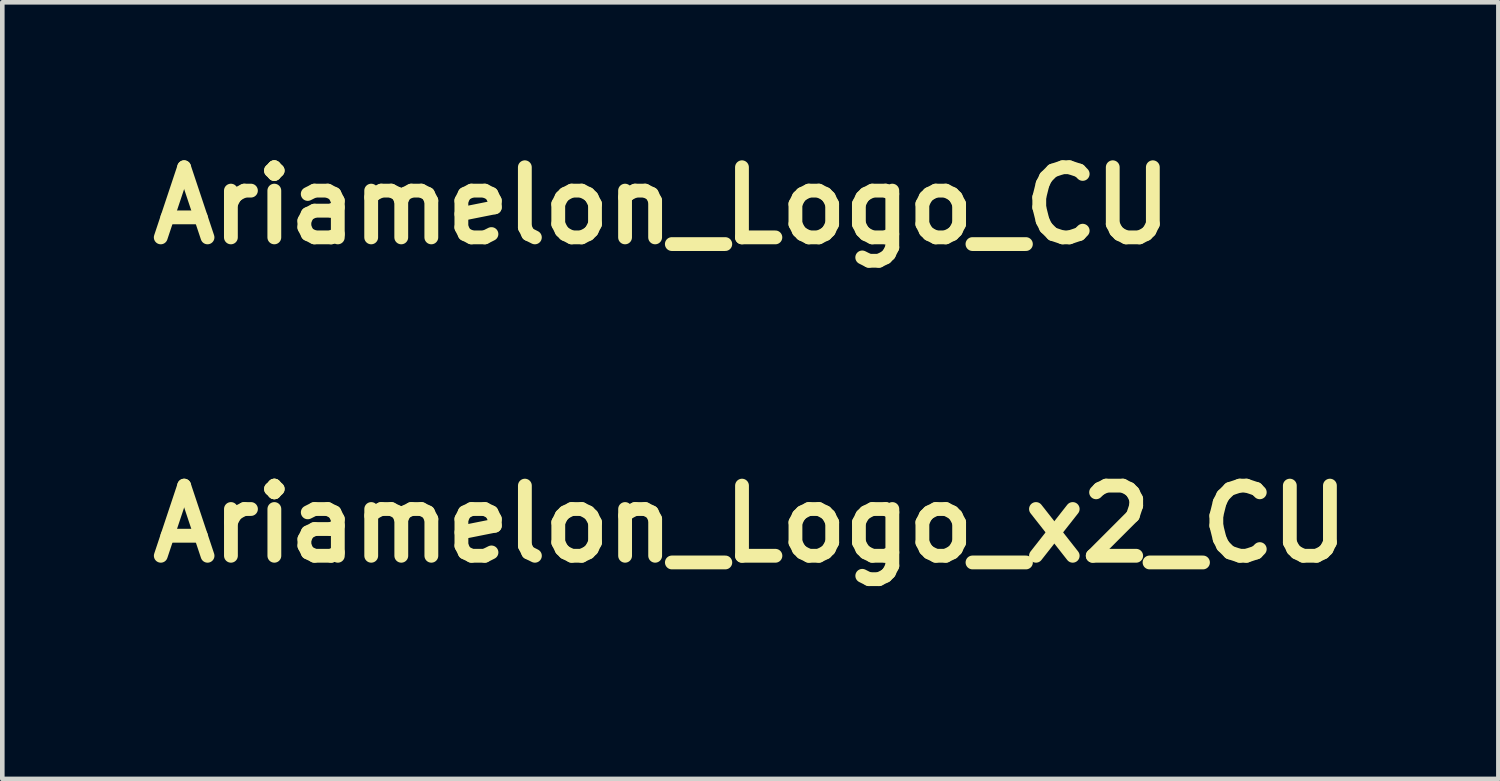
<source format=kicad_pcb>
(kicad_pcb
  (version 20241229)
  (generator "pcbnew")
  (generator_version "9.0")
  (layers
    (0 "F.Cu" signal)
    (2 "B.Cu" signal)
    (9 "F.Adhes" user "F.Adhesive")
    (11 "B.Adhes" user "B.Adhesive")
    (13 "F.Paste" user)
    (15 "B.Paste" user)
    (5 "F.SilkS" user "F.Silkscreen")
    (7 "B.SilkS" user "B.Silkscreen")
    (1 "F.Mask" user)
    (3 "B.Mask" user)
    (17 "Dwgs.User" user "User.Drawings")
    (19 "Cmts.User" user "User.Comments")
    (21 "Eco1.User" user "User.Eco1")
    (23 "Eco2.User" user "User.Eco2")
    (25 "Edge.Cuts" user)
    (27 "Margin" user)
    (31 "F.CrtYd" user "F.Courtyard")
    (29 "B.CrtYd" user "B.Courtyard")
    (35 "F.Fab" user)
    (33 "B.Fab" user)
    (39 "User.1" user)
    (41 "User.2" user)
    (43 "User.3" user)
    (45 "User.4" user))
  (footprint "Ariamelon_Logo_CU"
    (layer "F.Cu")
    (at 11.328 1.418)
    (property "Reference" "Ariamelon_Logo_CU" (at 0 0 0) (layer "F.SilkS") (effects (font (size 1.524 1.524) (thickness 0.3))))
    (attr board_only exclude_from_pos_files exclude_from_bom)
    (fp_poly (pts (xy -3.246 0.028) (xy -3.257 0.079) (xy -3.302 0.085) (xy -3.372 0.054) (xy -3.358 0.028) (xy -3.258 0.018)) (stroke (width 0) (type solid)) (fill yes) (layer "F.Mask"))
    (fp_poly (pts (xy -3.161 -0.395) (xy -3.151 -0.295) (xy -3.161 -0.282) (xy -3.211 -0.294) (xy -3.217 -0.339) (xy -3.186 -0.408)) (stroke (width 0) (type solid)) (fill yes) (layer "F.Mask"))
    (fp_poly (pts (xy -4.233 0.381) (xy -4.153 0.457) (xy -4.149 0.471) (xy -4.214 0.507) (xy -4.233 0.508) (xy -4.315 0.443) (xy -4.318 0.418) (xy -4.266 0.368)) (stroke (width 0) (type solid)) (fill yes) (layer "F.Mask"))
    (fp_poly (pts (xy -3.647 0.046) (xy -3.641 0.075) (xy -3.702 0.194) (xy -3.725 0.212) (xy -3.803 0.208) (xy -3.81 0.179) (xy -3.748 0.06) (xy -3.725 0.042)) (stroke (width 0) (type solid)) (fill yes) (layer "F.Mask"))
    (fp_poly (pts (xy -2.823 -0.625) (xy -2.836 -0.593) (xy -2.912 -0.512) (xy -2.926 -0.508) (xy -2.962 -0.574) (xy -2.963 -0.593) (xy -2.898 -0.674) (xy -2.874 -0.677)) (stroke (width 0) (type solid)) (fill yes) (layer "F.Mask"))
    (fp_poly (pts (xy -1.188 -0.528) (xy -1.185 -0.508) (xy -1.25 -0.426) (xy -1.27 -0.423) (xy -1.352 -0.488) (xy -1.355 -0.508) (xy -1.29 -0.59) (xy -1.27 -0.593)) (stroke (width 0) (type solid)) (fill yes) (layer "F.Mask"))
    (fp_poly (pts (xy -2.371 -1.25) (xy -2.26 -1.147) (xy -2.215 -0.897) (xy -2.235 -0.51) (xy -2.291 -0.148) (xy -2.346 0.206) (xy -2.35 0.448) (xy -2.305 0.626) (xy -2.299 0.64) (xy -2.199 0.794) (xy -2.116 0.788) (xy -2.059 0.632) (xy -2.033 0.334) (xy -2.032 0.249) (xy -2.019 -0.02) (xy -1.985 -0.201) (xy -1.947 -0.254) (xy -1.865 -0.192) (xy -1.863 -0.172) (xy -1.801 -0.116) (xy -1.757 -0.123) (xy -1.46 -0.207) (xy -1.289 -0.221) (xy -1.206 -0.152) (xy -1.179 0.013) (xy -1.176 0.104) (xy -1.162 0.283) (xy -1.138 0.332) (xy -1.124 0.296) (xy -0.998 0.022) (xy -0.809 -0.124) (xy -0.596 -0.151) (xy -0.395 -0.066) (xy -0.244 0.122) (xy -0.18 0.403) (xy -0.184 0.515) (xy -0.174 0.727) (xy -0.106 0.824) (xy -0.041 0.793) (xy -0.007 0.628) (xy 0 0.393) (xy 0.022 0.062) (xy 0.089 -0.111) (xy 0.208 -0.13) (xy 0.344 -0.038) (xy 0.476 0.062) (xy 0.577 0.042) (xy 0.672 -0.038) (xy 0.836 -0.138) (xy 0.946 -0.088) (xy 1.008 0.117) (xy 1.025 0.365) (xy 1.035 0.804) (xy 1.107 0.435) (xy 1.142 0.31) (xy 1.355 0.31) (xy 1.388 0.385) (xy 1.513 0.344) (xy 1.519 0.341) (xy 1.674 0.236) (xy 1.732 0.175) (xy 1.721 0.067) (xy 1.691 0.041) (xy 1.559 0.042) (xy 1.425 0.144) (xy 1.355 0.293) (xy 1.355 0.31) (xy 1.142 0.31) (xy 1.202 0.097) (xy 1.333 -0.096) (xy 1.518 -0.168) (xy 1.56 -0.169) (xy 1.803 -0.115) (xy 1.923 0.024) (xy 1.916 0.211) (xy 1.777 0.411) (xy 1.642 0.514) (xy 1.459 0.638) (xy 1.409 0.716) (xy 1.472 0.778) (xy 1.474 0.78) (xy 1.699 0.82) (xy 1.917 0.714) (xy 2.066 0.523) (xy 2.136 0.281) (xy 2.151 -0.082) (xy 2.14 -0.299) (xy 2.128 -0.55) (xy 2.307 -0.55) (xy 2.314 -0.376) (xy 2.333 -0.331) (xy 2.344 -0.359) (xy 2.36 -0.562) (xy 2.346 -0.698) (xy 2.324 -0.744) (xy 2.31 -0.643) (xy 2.307 -0.55) (xy 2.128 -0.55) (xy 2.124 -0.634) (xy 2.14 -0.843) (xy 2.192 -0.966) (xy 2.23 -1.005) (xy 2.377 -1.072) (xy 2.452 -1.061) (xy 2.508 -0.941) (xy 2.533 -0.702) (xy 2.528 -0.39) (xy 2.491 -0.053) (xy 2.452 0.152) (xy 2.409 0.486) (xy 2.456 0.7) (xy 2.588 0.783) (xy 2.753 0.746) (xy 2.927 0.641) (xy 2.942 0.537) (xy 2.836 0.423) (xy 2.72 0.258) (xy 2.743 0.17) (xy 2.956 0.17) (xy 2.993 0.324) (xy 3.1 0.488) (xy 3.25 0.66) (xy 3.365 0.755) (xy 3.387 0.762) (xy 3.48 0.701) (xy 3.624 0.549) (xy 3.674 0.488) (xy 3.8 0.279) (xy 3.809 0.145) (xy 3.708 0.111) (xy 3.565 0.164) (xy 3.357 0.216) (xy 3.208 0.164) (xy 3.03 0.109) (xy 2.956 0.17) (xy 2.743 0.17) (xy 2.767 0.081) (xy 2.879 -0.042) (xy 3.012 -0.145) (xy 3.112 -0.13) (xy 3.217 -0.042) (xy 3.35 0.06) (xy 3.45 0.045) (xy 3.559 -0.045) (xy 3.688 -0.146) (xy 3.784 -0.136) (xy 3.914 -0.019) (xy 4.034 0.13) (xy 4.036 0.262) (xy 3.985 0.37) (xy 3.923 0.576) (xy 3.967 0.721) (xy 4.069 0.762) (xy 4.113 0.686) (xy 4.142 0.489) (xy 4.149 0.306) (xy 4.149 -0.15) (xy 4.538 -0.137) (xy 4.859 -0.089) (xy 5.037 0.027) (xy 5.112 0.191) (xy 5.177 0.432) (xy 5.221 0.689) (xy 5.233 0.9) (xy 5.209 1) (xy 5.13 0.996) (xy 5.054 0.873) (xy 5.004 0.679) (xy 4.997 0.578) (xy 4.937 0.338) (xy 4.791 0.155) (xy 4.611 0.085) (xy 4.472 0.16) (xy 4.364 0.351) (xy 4.318 0.604) (xy 4.318 0.619) (xy 4.268 0.824) (xy 4.189 0.933) (xy 4.068 0.991) (xy 3.936 0.925) (xy 3.893 0.888) (xy 3.76 0.786) (xy 3.66 0.803) (xy 3.558 0.888) (xy 3.413 0.986) (xy 3.297 0.96) (xy 3.259 0.93) (xy 3.14 0.869) (xy 2.975 0.879) (xy 2.781 0.936) (xy 2.556 1) (xy 2.429 0.998) (xy 2.345 0.926) (xy 2.337 0.915) (xy 2.245 0.829) (xy 2.123 0.845) (xy 2.016 0.897) (xy 1.786 0.965) (xy 1.472 0.995) (xy 1.342 0.993) (xy 1.072 0.971) (xy 0.93 0.924) (xy 0.872 0.836) (xy 0.866 0.804) (xy 0.808 0.489) (xy 0.751 0.325) (xy 0.686 0.292) (xy 0.675 0.298) (xy 0.622 0.408) (xy 0.594 0.618) (xy 0.593 0.682) (xy 0.574 0.893) (xy 0.526 1.008) (xy 0.508 1.016) (xy 0.455 0.941) (xy 0.425 0.754) (xy 0.423 0.682) (xy 0.404 0.457) (xy 0.357 0.314) (xy 0.341 0.298) (xy 0.275 0.312) (xy 0.216 0.455) (xy 0.159 0.747) (xy 0.15 0.804) (xy 0.105 0.91) (xy -0.02 0.966) (xy -0.267 0.992) (xy -0.291 0.993) (xy -0.559 0.985) (xy -0.767 0.944) (xy -0.826 0.914) (xy -0.944 0.863) (xy -1.019 0.936) (xy -1.116 1.009) (xy -1.21 0.931) (xy -1.287 0.723) (xy -1.335 0.428) (xy -1.344 0.362) (xy -0.911 0.362) (xy -0.858 0.564) (xy -0.744 0.718) (xy -0.635 0.762) (xy -0.508 0.692) (xy -0.405 0.544) (xy -0.359 0.307) (xy -0.435 0.125) (xy -0.61 0.043) (xy -0.635 0.042) (xy -0.804 0.108) (xy -0.875 0.184) (xy -0.911 0.362) (xy -1.344 0.362) (xy -1.372 0.168) (xy -1.429 0.038) (xy -1.525 0.000249) (xy -1.537 0) (xy -1.689 0.078) (xy -1.803 0.286) (xy -1.859 0.587) (xy -1.863 0.686) (xy -1.911 0.91) (xy -2.032 1.011) (xy -2.19 0.995) (xy -2.348 0.868) (xy -2.47 0.637) (xy -2.489 0.575) (xy -2.564 0.278) (xy -2.898 0.612) (xy -3.372 0.988) (xy -3.888 1.204) (xy -4.414 1.268) (xy -4.766 1.245) (xy -5.005 1.166) (xy -5.092 1.107) (xy -5.201 0.981) (xy -5.054 0.981) (xy -4.911 1.071) (xy -4.889 1.082) (xy -4.512 1.173) (xy -4.047 1.126) (xy -3.785 1.051) (xy -3.44 0.878) (xy -3.082 0.608) (xy -2.756 0.284) (xy -2.502 -0.054) (xy -2.369 -0.343) (xy -2.307 -0.686) (xy -2.314 -0.962) (xy -2.387 -1.134) (xy -2.438 -1.166) (xy -2.51 -1.145) (xy -2.495 -0.994) (xy -2.495 -0.993) (xy -2.487 -0.686) (xy -2.578 -0.326) (xy -2.748 0.023) (xy -2.876 0.196) (xy -3.095 0.399) (xy -3.386 0.609) (xy -3.558 0.712) (xy -3.834 0.848) (xy -4.07 0.913) (xy -4.349 0.925) (xy -4.537 0.916) (xy -4.871 0.904) (xy -5.042 0.926) (xy -5.054 0.981) (xy -5.201 0.981) (xy -5.224 0.955) (xy -5.207 0.859) (xy -5.135 0.795) (xy -4.849 0.795) (xy -4.696 0.849) (xy -4.439 0.848) (xy -4.129 0.8) (xy -3.82 0.712) (xy -3.651 0.64) (xy -3.216 0.353) (xy -2.872 -0.01) (xy -2.654 -0.408) (xy -2.63 -0.485) (xy -2.555 -0.805) (xy -2.55 -0.978) (xy -2.591 -1.016) (xy -2.674 -0.967) (xy -2.86 -0.833) (xy -3.12 -0.636) (xy -3.374 -0.439) (xy -3.723 -0.164) (xy -4.071 0.108) (xy -4.368 0.337) (xy -4.503 0.442) (xy -4.706 0.61) (xy -4.83 0.74) (xy -4.849 0.795) (xy -5.135 0.795) (xy -5.042 0.712) (xy -4.785 0.501) (xy -4.46 0.246) (xy -4.092 -0.036) (xy -3.706 -0.326) (xy -3.327 -0.605) (xy -2.98 -0.856) (xy -2.688 -1.059) (xy -2.478 -1.196) (xy -2.374 -1.25)) (stroke (width 0) (type solid)) (fill yes) (layer "F.Mask")))
  (footprint "Ariamelon_Logo_x2_CU"
    (layer "F.Cu")
    (at 13.252 8.335)
    (property "Reference" "Ariamelon_Logo_x2_CU" (at 0 0 0) (layer "F.SilkS") (effects (font (size 1.524 1.524) (thickness 0.3))))
    (attr board_only exclude_from_pos_files exclude_from_bom)
    (fp_poly (pts (xy -6.491 0.056) (xy -6.514 0.157) (xy -6.604 0.169) (xy -6.743 0.107) (xy -6.717 0.056) (xy -6.516 0.036)) (stroke (width 0) (type solid)) (fill yes) (layer "F.Mask"))
    (fp_poly (pts (xy -6.322 -0.79) (xy -6.302 -0.589) (xy -6.322 -0.564) (xy -6.422 -0.588) (xy -6.435 -0.677) (xy -6.373 -0.817)) (stroke (width 0) (type solid)) (fill yes) (layer "F.Mask"))
    (fp_poly (pts (xy -8.467 0.762) (xy -8.305 0.914) (xy -8.297 0.941) (xy -8.428 1.014) (xy -8.467 1.016) (xy -8.629 0.886) (xy -8.636 0.837) (xy -8.532 0.736)) (stroke (width 0) (type solid)) (fill yes) (layer "F.Mask"))
    (fp_poly (pts (xy -7.294 0.092) (xy -7.281 0.149) (xy -7.405 0.389) (xy -7.451 0.423) (xy -7.607 0.416) (xy -7.62 0.359) (xy -7.496 0.119) (xy -7.451 0.085)) (stroke (width 0) (type solid)) (fill yes) (layer "F.Mask"))
    (fp_poly (pts (xy -5.646 -1.251) (xy -5.673 -1.185) (xy -5.825 -1.024) (xy -5.852 -1.016) (xy -5.925 -1.147) (xy -5.927 -1.185) (xy -5.796 -1.348) (xy -5.747 -1.355)) (stroke (width 0) (type solid)) (fill yes) (layer "F.Mask"))
    (fp_poly (pts (xy -2.376 -1.056) (xy -2.371 -1.016) (xy -2.5 -0.852) (xy -2.54 -0.847) (xy -2.704 -0.976) (xy -2.709 -1.016) (xy -2.58 -1.18) (xy -2.54 -1.185)) (stroke (width 0) (type solid)) (fill yes) (layer "F.Mask"))
    (fp_poly (pts (xy -4.741 -2.499) (xy -4.521 -2.293) (xy -4.43 -1.794) (xy -4.47 -1.02) (xy -4.582 -0.296) (xy -4.691 0.413) (xy -4.7 0.896) (xy -4.61 1.253) (xy -4.598 1.28) (xy -4.397 1.587) (xy -4.233 1.576) (xy -4.118 1.263) (xy -4.066 0.668) (xy -4.064 0.498) (xy -4.038 -0.039) (xy -3.97 -0.403) (xy -3.895 -0.508) (xy -3.73 -0.383) (xy -3.725 -0.344) (xy -3.602 -0.233) (xy -3.514 -0.245) (xy -2.921 -0.413) (xy -2.577 -0.442) (xy -2.413 -0.305) (xy -2.358 0.026) (xy -2.351 0.208) (xy -2.324 0.567) (xy -2.277 0.663) (xy -2.249 0.593) (xy -1.996 0.044) (xy -1.618 -0.249) (xy -1.191 -0.301) (xy -0.79 -0.131) (xy -0.488 0.243) (xy -0.36 0.805) (xy -0.369 1.031) (xy -0.348 1.455) (xy -0.212 1.648) (xy -0.082 1.585) (xy -0.015 1.256) (xy 0 0.786) (xy 0.043 0.124) (xy 0.179 -0.221) (xy 0.416 -0.261) (xy 0.688 -0.075) (xy 0.951 0.124) (xy 1.155 0.083) (xy 1.344 -0.075) (xy 1.672 -0.276) (xy 1.893 -0.176) (xy 2.017 0.235) (xy 2.051 0.73) (xy 2.069 1.609) (xy 2.214 0.871) (xy 2.285 0.619) (xy 2.709 0.619) (xy 2.776 0.77) (xy 3.026 0.689) (xy 3.039 0.682) (xy 3.347 0.473) (xy 3.465 0.349) (xy 3.441 0.134) (xy 3.382 0.082) (xy 3.118 0.084) (xy 2.849 0.288) (xy 2.711 0.587) (xy 2.709 0.619) (xy 2.285 0.619) (xy 2.404 0.194) (xy 2.666 -0.193) (xy 3.036 -0.335) (xy 3.12 -0.339) (xy 3.606 -0.23) (xy 3.846 0.048) (xy 3.832 0.423) (xy 3.555 0.822) (xy 3.283 1.027) (xy 2.918 1.276) (xy 2.818 1.433) (xy 2.943 1.557) (xy 2.948 1.56) (xy 3.397 1.639) (xy 3.835 1.429) (xy 4.132 1.046) (xy 4.272 0.561) (xy 4.302 -0.163) (xy 4.279 -0.598) (xy 4.256 -1.101) (xy 4.615 -1.101) (xy 4.628 -0.752) (xy 4.667 -0.662) (xy 4.688 -0.718) (xy 4.72 -1.124) (xy 4.692 -1.395) (xy 4.647 -1.489) (xy 4.619 -1.285) (xy 4.615 -1.101) (xy 4.256 -1.101) (xy 4.248 -1.269) (xy 4.279 -1.686) (xy 4.384 -1.932) (xy 4.46 -2.009) (xy 4.753 -2.144) (xy 4.903 -2.121) (xy 5.016 -1.882) (xy 5.067 -1.403) (xy 5.055 -0.78) (xy 4.982 -0.107) (xy 4.904 0.303) (xy 4.818 0.972) (xy 4.913 1.4) (xy 5.176 1.566) (xy 5.507 1.492) (xy 5.853 1.282) (xy 5.884 1.073) (xy 5.673 0.847) (xy 5.44 0.517) (xy 5.487 0.34) (xy 5.913 0.34) (xy 5.987 0.648) (xy 6.199 0.976) (xy 6.501 1.319) (xy 6.73 1.51) (xy 6.773 1.524) (xy 6.959 1.402) (xy 7.248 1.098) (xy 7.347 0.976) (xy 7.6 0.557) (xy 7.618 0.291) (xy 7.417 0.222) (xy 7.13 0.329) (xy 6.714 0.432) (xy 6.416 0.329) (xy 6.061 0.218) (xy 5.913 0.34) (xy 5.487 0.34) (xy 5.534 0.162) (xy 5.757 -0.085) (xy 6.024 -0.29) (xy 6.224 -0.259) (xy 6.435 -0.085) (xy 6.699 0.12) (xy 6.9 0.091) (xy 7.118 -0.09) (xy 7.376 -0.292) (xy 7.568 -0.271) (xy 7.827 -0.038) (xy 8.068 0.26) (xy 8.071 0.524) (xy 7.97 0.74) (xy 7.847 1.152) (xy 7.934 1.442) (xy 8.138 1.524) (xy 8.226 1.371) (xy 8.284 0.977) (xy 8.297 0.612) (xy 8.297 -0.299) (xy 9.076 -0.273) (xy 9.719 -0.179) (xy 10.073 0.053) (xy 10.224 0.381) (xy 10.354 0.863) (xy 10.442 1.377) (xy 10.467 1.8) (xy 10.417 2) (xy 10.26 1.992) (xy 10.107 1.746) (xy 10.008 1.359) (xy 9.993 1.155) (xy 9.874 0.677) (xy 9.582 0.309) (xy 9.223 0.169) (xy 8.943 0.321) (xy 8.728 0.703) (xy 8.636 1.208) (xy 8.636 1.238) (xy 8.536 1.648) (xy 8.379 1.865) (xy 8.136 1.981) (xy 7.872 1.85) (xy 7.786 1.775) (xy 7.521 1.571) (xy 7.319 1.605) (xy 7.115 1.775) (xy 6.827 1.973) (xy 6.594 1.919) (xy 6.517 1.861) (xy 6.279 1.738) (xy 5.951 1.759) (xy 5.563 1.871) (xy 5.111 2) (xy 4.858 1.996) (xy 4.69 1.852) (xy 4.674 1.83) (xy 4.49 1.659) (xy 4.246 1.69) (xy 4.031 1.794) (xy 3.573 1.93) (xy 2.945 1.989) (xy 2.684 1.986) (xy 2.145 1.942) (xy 1.859 1.848) (xy 1.744 1.671) (xy 1.731 1.608) (xy 1.616 0.978) (xy 1.501 0.649) (xy 1.372 0.584) (xy 1.35 0.596) (xy 1.245 0.816) (xy 1.188 1.235) (xy 1.185 1.365) (xy 1.147 1.785) (xy 1.052 2.016) (xy 1.016 2.032) (xy 0.909 1.882) (xy 0.851 1.508) (xy 0.847 1.365) (xy 0.808 0.915) (xy 0.714 0.627) (xy 0.682 0.596) (xy 0.549 0.623) (xy 0.433 0.911) (xy 0.318 1.495) (xy 0.301 1.609) (xy 0.21 1.82) (xy -0.039 1.932) (xy -0.533 1.983) (xy -0.582 1.985) (xy -1.119 1.97) (xy -1.534 1.887) (xy -1.652 1.827) (xy -1.887 1.726) (xy -2.038 1.872) (xy -2.232 2.017) (xy -2.419 1.863) (xy -2.575 1.446) (xy -2.67 0.857) (xy -2.689 0.724) (xy -1.823 0.724) (xy -1.716 1.127) (xy -1.488 1.437) (xy -1.27 1.524) (xy -1.016 1.385) (xy -0.81 1.088) (xy -0.719 0.615) (xy -0.869 0.25) (xy -1.22 0.087) (xy -1.27 0.085) (xy -1.607 0.216) (xy -1.75 0.368) (xy -1.823 0.724) (xy -2.689 0.724) (xy -2.743 0.336) (xy -2.858 0.077) (xy -3.049 0.000498) (xy -3.074 0) (xy -3.379 0.155) (xy -3.606 0.572) (xy -3.719 1.174) (xy -3.725 1.371) (xy -3.822 1.82) (xy -4.064 2.022) (xy -4.379 1.99) (xy -4.696 1.737) (xy -4.941 1.274) (xy -4.977 1.15) (xy -5.128 0.556) (xy -5.796 1.224) (xy -6.744 1.976) (xy -7.777 2.408) (xy -8.829 2.536) (xy -9.532 2.491) (xy -10.011 2.331) (xy -10.184 2.213) (xy -10.403 1.961) (xy -10.108 1.961) (xy -9.822 2.143) (xy -9.779 2.164) (xy -9.023 2.345) (xy -8.094 2.252) (xy -7.569 2.102) (xy -6.879 1.756) (xy -6.165 1.216) (xy -5.512 0.567) (xy -5.005 -0.108) (xy -4.739 -0.686) (xy -4.614 -1.372) (xy -4.628 -1.924) (xy -4.775 -2.268) (xy -4.876 -2.332) (xy -5.02 -2.291) (xy -4.991 -1.988) (xy -4.99 -1.987) (xy -4.974 -1.373) (xy -5.157 -0.652) (xy -5.497 0.046) (xy -5.753 0.392) (xy -6.191 0.797) (xy -6.772 1.219) (xy -7.115 1.425) (xy -7.668 1.696) (xy -8.141 1.826) (xy -8.697 1.85) (xy -9.074 1.831) (xy -9.742 1.809) (xy -10.084 1.851) (xy -10.108 1.961) (xy -10.403 1.961) (xy -10.448 1.909) (xy -10.414 1.719) (xy -10.271 1.591) (xy -9.698 1.591) (xy -9.393 1.697) (xy -8.877 1.696) (xy -8.258 1.601) (xy -7.64 1.425) (xy -7.303 1.281) (xy -6.433 0.705) (xy -5.744 -0.02) (xy -5.308 -0.816) (xy -5.26 -0.969) (xy -5.11 -1.61) (xy -5.099 -1.957) (xy -5.181 -2.032) (xy -5.347 -1.933) (xy -5.719 -1.666) (xy -6.24 -1.273) (xy -6.747 -0.877) (xy -7.447 -0.328) (xy -8.143 0.215) (xy -8.735 0.675) (xy -9.007 0.883) (xy -9.412 1.22) (xy -9.659 1.48) (xy -9.698 1.591) (xy -10.271 1.591) (xy -10.084 1.424) (xy -9.57 1.003) (xy -8.92 0.492) (xy -8.184 -0.072) (xy -7.413 -0.652) (xy -6.654 -1.211) (xy -5.959 -1.712) (xy -5.377 -2.118) (xy -4.957 -2.393) (xy -4.749 -2.499)) (stroke (width 0) (type solid)) (fill yes) (layer "F.Mask")))
  (gr_rect
    (start -3 -3)
    (end 29.503 13.872)
    (stroke (width 0.1) (type default))
    (fill no)
    (layer "Edge.Cuts")))
</source>
